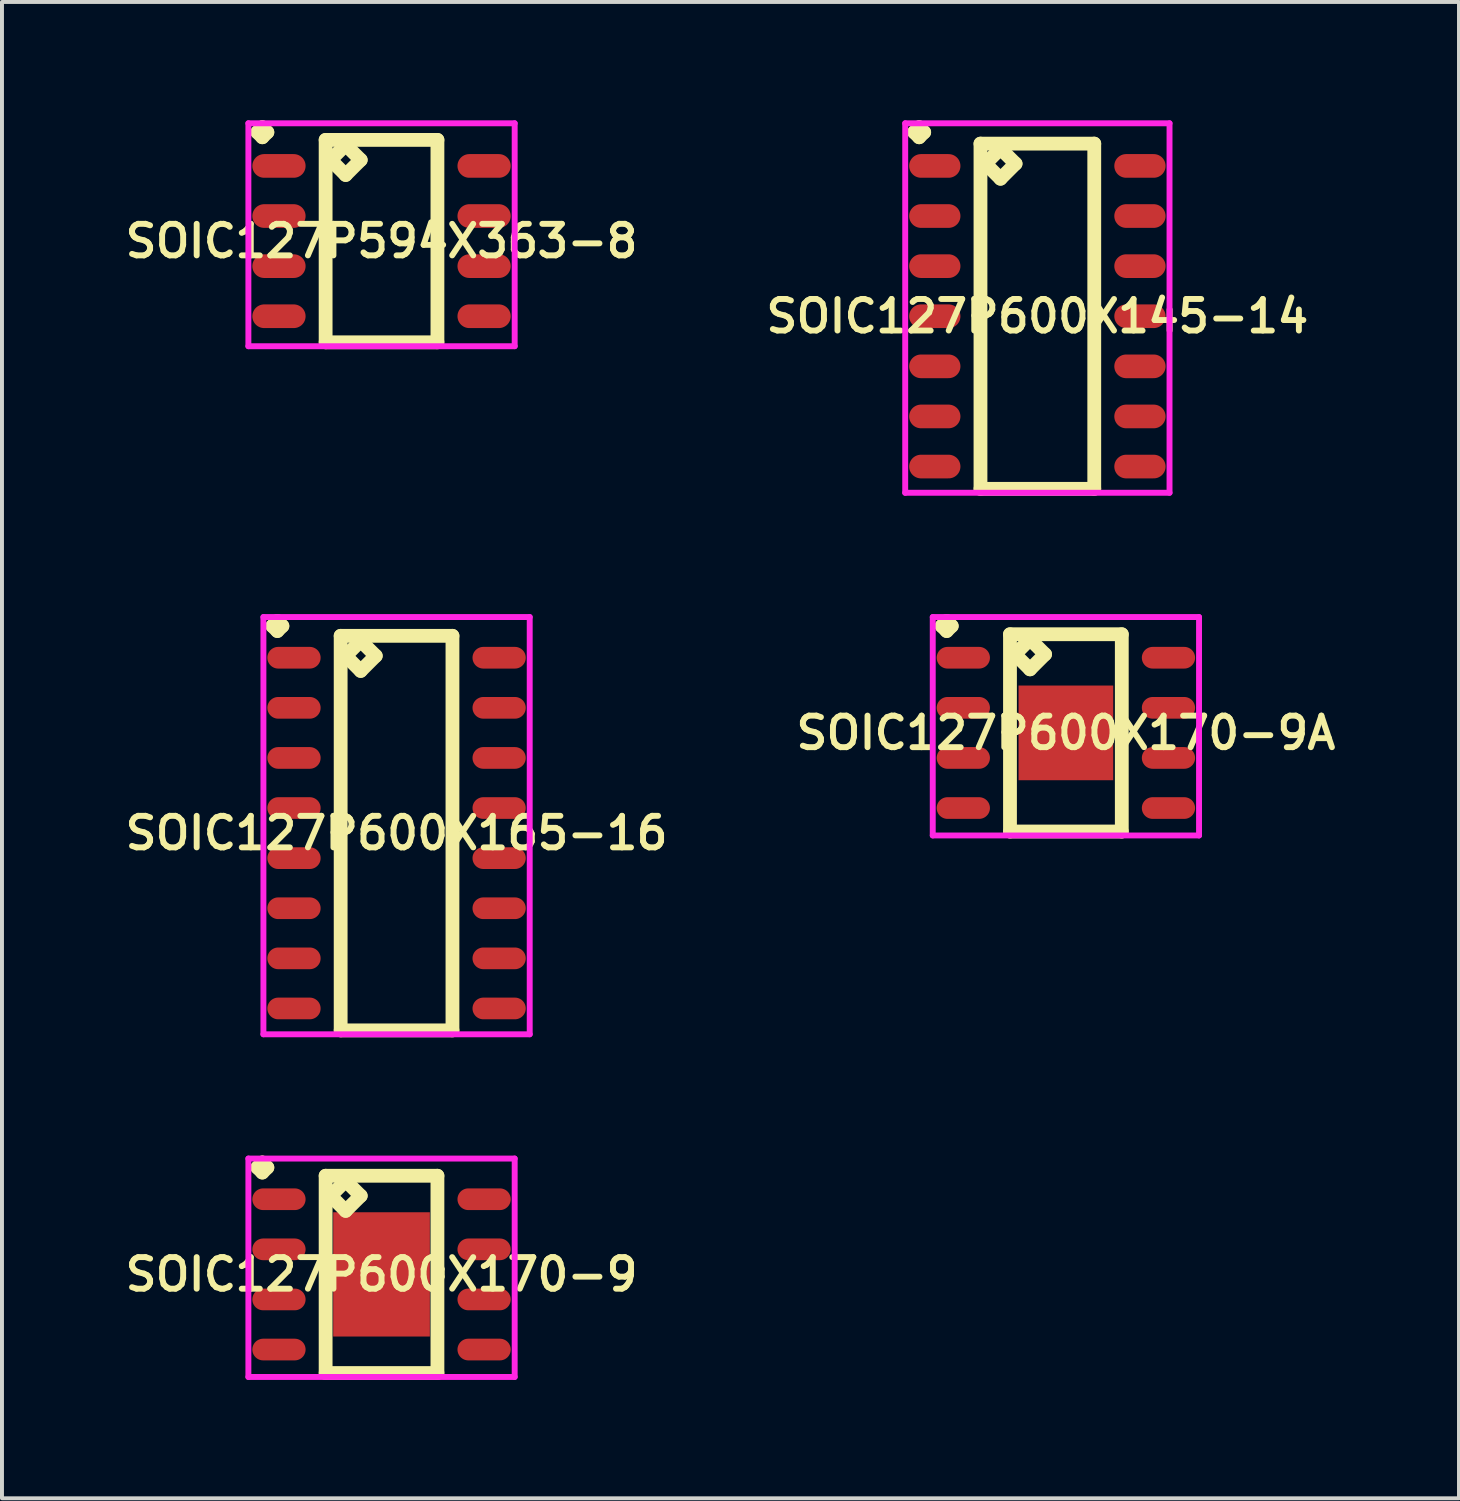
<source format=kicad_pcb>
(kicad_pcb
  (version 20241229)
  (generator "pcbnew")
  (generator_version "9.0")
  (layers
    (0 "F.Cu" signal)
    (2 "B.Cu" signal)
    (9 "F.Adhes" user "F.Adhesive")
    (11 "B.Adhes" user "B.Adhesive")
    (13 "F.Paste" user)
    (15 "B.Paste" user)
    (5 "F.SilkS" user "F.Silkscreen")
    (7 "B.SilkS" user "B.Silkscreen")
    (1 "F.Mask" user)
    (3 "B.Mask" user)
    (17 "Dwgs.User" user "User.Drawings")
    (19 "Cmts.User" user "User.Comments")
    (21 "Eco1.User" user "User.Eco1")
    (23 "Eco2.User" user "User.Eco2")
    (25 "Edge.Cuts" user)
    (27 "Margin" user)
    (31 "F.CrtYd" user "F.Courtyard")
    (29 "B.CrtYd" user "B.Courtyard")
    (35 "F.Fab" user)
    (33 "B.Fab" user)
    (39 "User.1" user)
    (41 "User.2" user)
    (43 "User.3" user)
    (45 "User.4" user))
  (footprint "SOIC127P600X170-9"
    (layer "F.Cu")
    (at 6.621 29.253)
    (property "Reference" "SOIC127P600X170-9" (at 0 0 0) (layer "F.SilkS") (effects (font (size 0.8 0.8) (thickness 0.15))))
    (attr smd)
    (fp_line (start -3.148 -2.709) (end -3.021 -2.836) (stroke (width 0.35) (type solid)) (layer "F.SilkS"))
    (fp_line (start -3.021 -2.836) (end -2.894 -2.709) (stroke (width 0.35) (type solid)) (layer "F.SilkS"))
    (fp_line (start -3.021 -2.582) (end -3.148 -2.709) (stroke (width 0.35) (type solid)) (layer "F.SilkS"))
    (fp_line (start -2.894 -2.709) (end -3.021 -2.582) (stroke (width 0.35) (type solid)) (layer "F.SilkS"))
    (fp_line (start -1.417 -2.5) (end -1.417 2.5) (stroke (width 0.35) (type solid)) (layer "F.SilkS"))
    (fp_line (start -1.417 2.5) (end 1.417 2.5) (stroke (width 0.35) (type solid)) (layer "F.SilkS"))
    (fp_line (start -1.29 -1.992) (end -0.909 -2.373) (stroke (width 0.35) (type solid)) (layer "F.SilkS"))
    (fp_line (start -0.909 -2.373) (end -0.528 -1.992) (stroke (width 0.35) (type solid)) (layer "F.SilkS"))
    (fp_line (start -0.909 -1.611) (end -1.29 -1.992) (stroke (width 0.35) (type solid)) (layer "F.SilkS"))
    (fp_line (start -0.528 -1.992) (end -0.909 -1.611) (stroke (width 0.35) (type solid)) (layer "F.SilkS"))
    (fp_line (start 1.417 -2.5) (end -1.417 -2.5) (stroke (width 0.35) (type solid)) (layer "F.SilkS"))
    (fp_line (start 1.417 2.5) (end 1.417 -2.5) (stroke (width 0.35) (type solid)) (layer "F.SilkS"))
    (fp_line (start -3.375 -2.936) (end 3.375 -2.936) (stroke (width 0.15) (type solid)) (layer "F.CrtYd"))
    (fp_line (start -3.375 2.6) (end -3.375 -2.936) (stroke (width 0.15) (type solid)) (layer "F.CrtYd"))
    (fp_line (start 3.375 -2.936) (end 3.375 2.6) (stroke (width 0.15) (type solid)) (layer "F.CrtYd"))
    (fp_line (start 3.375 2.6) (end -3.375 2.6) (stroke (width 0.15) (type solid)) (layer "F.CrtYd"))
    (pad "1" smd oval (at -2.6 -1.905) (size 1.35 0.55) (layers "F.Cu" "F.Mask" "F.Paste"))
    (pad "2" smd oval (at -2.6 -0.635) (size 1.35 0.55) (layers "F.Cu" "F.Mask" "F.Paste"))
    (pad "3" smd oval (at -2.6 0.635) (size 1.35 0.55) (layers "F.Cu" "F.Mask" "F.Paste"))
    (pad "4" smd oval (at -2.6 1.905) (size 1.35 0.55) (layers "F.Cu" "F.Mask" "F.Paste"))
    (pad "5" smd oval (at 2.6 1.905) (size 1.35 0.55) (layers "F.Cu" "F.Mask" "F.Paste"))
    (pad "6" smd oval (at 2.6 0.635) (size 1.35 0.55) (layers "F.Cu" "F.Mask" "F.Paste"))
    (pad "7" smd oval (at 2.6 -0.635) (size 1.35 0.55) (layers "F.Cu" "F.Mask" "F.Paste"))
    (pad "8" smd oval (at 2.6 -1.905) (size 1.35 0.55) (layers "F.Cu" "F.Mask" "F.Paste"))
    (pad "9" smd rect (at 0 0) (size 2.45 3.15) (layers "F.Cu" "F.Mask" "F.Paste")))
  (footprint "SOIC127P600X170-9A"
    (layer "F.Cu")
    (at 23.968 15.527)
    (property "Reference" "SOIC127P600X170-9A" (at 0 0 0) (layer "F.SilkS") (effects (font (size 0.8 0.8) (thickness 0.15))))
    (attr smd)
    (fp_line (start -3.148 -2.709) (end -3.021 -2.836) (stroke (width 0.35) (type solid)) (layer "F.SilkS"))
    (fp_line (start -3.021 -2.836) (end -2.894 -2.709) (stroke (width 0.35) (type solid)) (layer "F.SilkS"))
    (fp_line (start -3.021 -2.582) (end -3.148 -2.709) (stroke (width 0.35) (type solid)) (layer "F.SilkS"))
    (fp_line (start -2.894 -2.709) (end -3.021 -2.582) (stroke (width 0.35) (type solid)) (layer "F.SilkS"))
    (fp_line (start -1.417 -2.5) (end -1.417 2.5) (stroke (width 0.35) (type solid)) (layer "F.SilkS"))
    (fp_line (start -1.417 2.5) (end 1.417 2.5) (stroke (width 0.35) (type solid)) (layer "F.SilkS"))
    (fp_line (start -1.29 -1.992) (end -0.909 -2.373) (stroke (width 0.35) (type solid)) (layer "F.SilkS"))
    (fp_line (start -0.909 -2.373) (end -0.528 -1.992) (stroke (width 0.35) (type solid)) (layer "F.SilkS"))
    (fp_line (start -0.909 -1.611) (end -1.29 -1.992) (stroke (width 0.35) (type solid)) (layer "F.SilkS"))
    (fp_line (start -0.528 -1.992) (end -0.909 -1.611) (stroke (width 0.35) (type solid)) (layer "F.SilkS"))
    (fp_line (start 1.417 -2.5) (end -1.417 -2.5) (stroke (width 0.35) (type solid)) (layer "F.SilkS"))
    (fp_line (start 1.417 2.5) (end 1.417 -2.5) (stroke (width 0.35) (type solid)) (layer "F.SilkS"))
    (fp_line (start -3.375 -2.936) (end 3.375 -2.936) (stroke (width 0.15) (type solid)) (layer "F.CrtYd"))
    (fp_line (start -3.375 2.6) (end -3.375 -2.936) (stroke (width 0.15) (type solid)) (layer "F.CrtYd"))
    (fp_line (start 3.375 -2.936) (end 3.375 2.6) (stroke (width 0.15) (type solid)) (layer "F.CrtYd"))
    (fp_line (start 3.375 2.6) (end -3.375 2.6) (stroke (width 0.15) (type solid)) (layer "F.CrtYd"))
    (pad "1" smd oval (at -2.6 -1.905) (size 1.35 0.55) (layers "F.Cu" "F.Mask" "F.Paste"))
    (pad "2" smd oval (at -2.6 -0.635) (size 1.35 0.55) (layers "F.Cu" "F.Mask" "F.Paste"))
    (pad "3" smd oval (at -2.6 0.635) (size 1.35 0.55) (layers "F.Cu" "F.Mask" "F.Paste"))
    (pad "4" smd oval (at -2.6 1.905) (size 1.35 0.55) (layers "F.Cu" "F.Mask" "F.Paste"))
    (pad "5" smd oval (at 2.6 1.905) (size 1.35 0.55) (layers "F.Cu" "F.Mask" "F.Paste"))
    (pad "6" smd oval (at 2.6 0.635) (size 1.35 0.55) (layers "F.Cu" "F.Mask" "F.Paste"))
    (pad "7" smd oval (at 2.6 -0.635) (size 1.35 0.55) (layers "F.Cu" "F.Mask" "F.Paste"))
    (pad "8" smd oval (at 2.6 -1.905) (size 1.35 0.55) (layers "F.Cu" "F.Mask" "F.Paste"))
    (pad "9" smd rect (at 0 0) (size 2.4 2.4) (layers "F.Cu" "F.Mask" "F.Paste")))
  (footprint "SOIC127P600X165-16"
    (layer "F.Cu")
    (at 7.002 18.067)
    (property "Reference" "SOIC127P600X165-16" (at 0 0 0) (layer "F.SilkS") (effects (font (size 0.8 0.8) (thickness 0.15))))
    (attr smd)
    (fp_line (start -3.148 -5.249) (end -3.021 -5.376) (stroke (width 0.35) (type solid)) (layer "F.SilkS"))
    (fp_line (start -3.021 -5.376) (end -2.894 -5.249) (stroke (width 0.35) (type solid)) (layer "F.SilkS"))
    (fp_line (start -3.021 -5.122) (end -3.148 -5.249) (stroke (width 0.35) (type solid)) (layer "F.SilkS"))
    (fp_line (start -2.894 -5.249) (end -3.021 -5.122) (stroke (width 0.35) (type solid)) (layer "F.SilkS"))
    (fp_line (start -1.417 -5) (end -1.417 5) (stroke (width 0.35) (type solid)) (layer "F.SilkS"))
    (fp_line (start -1.417 5) (end 1.417 5) (stroke (width 0.35) (type solid)) (layer "F.SilkS"))
    (fp_line (start -1.29 -4.492) (end -0.909 -4.873) (stroke (width 0.35) (type solid)) (layer "F.SilkS"))
    (fp_line (start -0.909 -4.873) (end -0.528 -4.492) (stroke (width 0.35) (type solid)) (layer "F.SilkS"))
    (fp_line (start -0.909 -4.111) (end -1.29 -4.492) (stroke (width 0.35) (type solid)) (layer "F.SilkS"))
    (fp_line (start -0.528 -4.492) (end -0.909 -4.111) (stroke (width 0.35) (type solid)) (layer "F.SilkS"))
    (fp_line (start 1.417 -5) (end -1.417 -5) (stroke (width 0.35) (type solid)) (layer "F.SilkS"))
    (fp_line (start 1.417 5) (end 1.417 -5) (stroke (width 0.35) (type solid)) (layer "F.SilkS"))
    (fp_line (start -3.375 -5.476) (end 3.375 -5.476) (stroke (width 0.15) (type solid)) (layer "F.CrtYd"))
    (fp_line (start -3.375 5.1) (end -3.375 -5.476) (stroke (width 0.15) (type solid)) (layer "F.CrtYd"))
    (fp_line (start 3.375 -5.476) (end 3.375 5.1) (stroke (width 0.15) (type solid)) (layer "F.CrtYd"))
    (fp_line (start 3.375 5.1) (end -3.375 5.1) (stroke (width 0.15) (type solid)) (layer "F.CrtYd"))
    (pad "1" smd oval (at -2.6 -4.445) (size 1.35 0.55) (layers "F.Cu" "F.Mask" "F.Paste"))
    (pad "2" smd oval (at -2.6 -3.175) (size 1.35 0.55) (layers "F.Cu" "F.Mask" "F.Paste"))
    (pad "3" smd oval (at -2.6 -1.905) (size 1.35 0.55) (layers "F.Cu" "F.Mask" "F.Paste"))
    (pad "4" smd oval (at -2.6 -0.635) (size 1.35 0.55) (layers "F.Cu" "F.Mask" "F.Paste"))
    (pad "5" smd oval (at -2.6 0.635) (size 1.35 0.55) (layers "F.Cu" "F.Mask" "F.Paste"))
    (pad "6" smd oval (at -2.6 1.905) (size 1.35 0.55) (layers "F.Cu" "F.Mask" "F.Paste"))
    (pad "7" smd oval (at -2.6 3.175) (size 1.35 0.55) (layers "F.Cu" "F.Mask" "F.Paste"))
    (pad "8" smd oval (at -2.6 4.445) (size 1.35 0.55) (layers "F.Cu" "F.Mask" "F.Paste"))
    (pad "9" smd oval (at 2.6 4.445) (size 1.35 0.55) (layers "F.Cu" "F.Mask" "F.Paste"))
    (pad "10" smd oval (at 2.6 3.175) (size 1.35 0.55) (layers "F.Cu" "F.Mask" "F.Paste"))
    (pad "11" smd oval (at 2.6 1.905) (size 1.35 0.55) (layers "F.Cu" "F.Mask" "F.Paste"))
    (pad "12" smd oval (at 2.6 0.635) (size 1.35 0.55) (layers "F.Cu" "F.Mask" "F.Paste"))
    (pad "13" smd oval (at 2.6 -0.635) (size 1.35 0.55) (layers "F.Cu" "F.Mask" "F.Paste"))
    (pad "14" smd oval (at 2.6 -1.905) (size 1.35 0.55) (layers "F.Cu" "F.Mask" "F.Paste"))
    (pad "15" smd oval (at 2.6 -3.175) (size 1.35 0.55) (layers "F.Cu" "F.Mask" "F.Paste"))
    (pad "16" smd oval (at 2.6 -4.445) (size 1.35 0.55) (layers "F.Cu" "F.Mask" "F.Paste")))
  (footprint "SOIC127P594X363-8"
    (layer "F.Cu")
    (at 6.621 3.061)
    (property "Reference" "SOIC127P594X363-8" (at 0 0 0) (layer "F.SilkS") (effects (font (size 0.8 0.8) (thickness 0.15))))
    (attr through_hole)
    (fp_line (start -3.148 -2.759) (end -3.021 -2.886) (stroke (width 0.35) (type solid)) (layer "F.SilkS"))
    (fp_line (start -3.021 -2.886) (end -2.894 -2.759) (stroke (width 0.35) (type solid)) (layer "F.SilkS"))
    (fp_line (start -3.021 -2.632) (end -3.148 -2.759) (stroke (width 0.35) (type solid)) (layer "F.SilkS"))
    (fp_line (start -2.894 -2.759) (end -3.021 -2.632) (stroke (width 0.35) (type solid)) (layer "F.SilkS"))
    (fp_line (start -1.417 -2.565) (end -1.417 2.565) (stroke (width 0.35) (type solid)) (layer "F.SilkS"))
    (fp_line (start -1.417 2.565) (end 1.417 2.565) (stroke (width 0.35) (type solid)) (layer "F.SilkS"))
    (fp_line (start -1.29 -2.057) (end -0.909 -2.438) (stroke (width 0.35) (type solid)) (layer "F.SilkS"))
    (fp_line (start -0.909 -2.438) (end -0.528 -2.057) (stroke (width 0.35) (type solid)) (layer "F.SilkS"))
    (fp_line (start -0.909 -1.676) (end -1.29 -2.057) (stroke (width 0.35) (type solid)) (layer "F.SilkS"))
    (fp_line (start -0.528 -2.057) (end -0.909 -1.676) (stroke (width 0.35) (type solid)) (layer "F.SilkS"))
    (fp_line (start 1.417 -2.565) (end -1.417 -2.565) (stroke (width 0.35) (type solid)) (layer "F.SilkS"))
    (fp_line (start 1.417 2.565) (end 1.417 -2.565) (stroke (width 0.35) (type solid)) (layer "F.SilkS"))
    (fp_line (start -3.375 -2.986) (end 3.375 -2.986) (stroke (width 0.15) (type solid)) (layer "F.CrtYd"))
    (fp_line (start -3.375 2.665) (end -3.375 -2.986) (stroke (width 0.15) (type solid)) (layer "F.CrtYd"))
    (fp_line (start 3.375 -2.986) (end 3.375 2.665) (stroke (width 0.15) (type solid)) (layer "F.CrtYd"))
    (fp_line (start 3.375 2.665) (end -3.375 2.665) (stroke (width 0.15) (type solid)) (layer "F.CrtYd"))
    (pad "1" smd oval (at -2.6 -1.905) (size 1.35 0.6) (layers "F.Cu" "F.Mask" "F.Paste"))
    (pad "2" smd oval (at -2.6 -0.635) (size 1.35 0.6) (layers "F.Cu" "F.Mask" "F.Paste"))
    (pad "3" smd oval (at -2.6 0.635) (size 1.35 0.6) (layers "F.Cu" "F.Mask" "F.Paste"))
    (pad "4" smd oval (at -2.6 1.905) (size 1.35 0.6) (layers "F.Cu" "F.Mask" "F.Paste"))
    (pad "5" smd oval (at 2.6 1.905) (size 1.35 0.6) (layers "F.Cu" "F.Mask" "F.Paste"))
    (pad "6" smd oval (at 2.6 0.635) (size 1.35 0.6) (layers "F.Cu" "F.Mask" "F.Paste"))
    (pad "7" smd oval (at 2.6 -0.635) (size 1.35 0.6) (layers "F.Cu" "F.Mask" "F.Paste"))
    (pad "8" smd oval (at 2.6 -1.905) (size 1.35 0.6) (layers "F.Cu" "F.Mask" "F.Paste")))
  (footprint "SOIC127P600X145-14"
    (layer "F.Cu")
    (at 23.245 4.966)
    (property "Reference" "SOIC127P600X145-14" (at 0 0 0) (layer "F.SilkS") (effects (font (size 0.8 0.8) (thickness 0.15))))
    (attr through_hole)
    (fp_line (start -3.123 -4.664) (end -2.996 -4.791) (stroke (width 0.35) (type solid)) (layer "F.SilkS"))
    (fp_line (start -2.996 -4.791) (end -2.869 -4.664) (stroke (width 0.35) (type solid)) (layer "F.SilkS"))
    (fp_line (start -2.996 -4.537) (end -3.123 -4.664) (stroke (width 0.35) (type solid)) (layer "F.SilkS"))
    (fp_line (start -2.869 -4.664) (end -2.996 -4.537) (stroke (width 0.35) (type solid)) (layer "F.SilkS"))
    (fp_line (start -1.442 -4.375) (end -1.442 4.375) (stroke (width 0.35) (type solid)) (layer "F.SilkS"))
    (fp_line (start -1.442 4.375) (end 1.442 4.375) (stroke (width 0.35) (type solid)) (layer "F.SilkS"))
    (fp_line (start -1.315 -3.867) (end -0.934 -4.248) (stroke (width 0.35) (type solid)) (layer "F.SilkS"))
    (fp_line (start -0.934 -4.248) (end -0.553 -3.867) (stroke (width 0.35) (type solid)) (layer "F.SilkS"))
    (fp_line (start -0.934 -3.486) (end -1.315 -3.867) (stroke (width 0.35) (type solid)) (layer "F.SilkS"))
    (fp_line (start -0.553 -3.867) (end -0.934 -3.486) (stroke (width 0.35) (type solid)) (layer "F.SilkS"))
    (fp_line (start 1.442 -4.375) (end -1.442 -4.375) (stroke (width 0.35) (type solid)) (layer "F.SilkS"))
    (fp_line (start 1.442 4.375) (end 1.442 -4.375) (stroke (width 0.35) (type solid)) (layer "F.SilkS"))
    (fp_line (start -3.35 -4.891) (end 3.35 -4.891) (stroke (width 0.15) (type solid)) (layer "F.CrtYd"))
    (fp_line (start -3.35 4.475) (end -3.35 -4.891) (stroke (width 0.15) (type solid)) (layer "F.CrtYd"))
    (fp_line (start 3.35 -4.891) (end 3.35 4.475) (stroke (width 0.15) (type solid)) (layer "F.CrtYd"))
    (fp_line (start 3.35 4.475) (end -3.35 4.475) (stroke (width 0.15) (type solid)) (layer "F.CrtYd"))
    (pad "1" smd oval (at -2.6 -3.81) (size 1.3 0.6) (layers "F.Cu" "F.Mask" "F.Paste"))
    (pad "2" smd oval (at -2.6 -2.54) (size 1.3 0.6) (layers "F.Cu" "F.Mask" "F.Paste"))
    (pad "3" smd oval (at -2.6 -1.27) (size 1.3 0.6) (layers "F.Cu" "F.Mask" "F.Paste"))
    (pad "4" smd oval (at -2.6 0) (size 1.3 0.6) (layers "F.Cu" "F.Mask" "F.Paste"))
    (pad "5" smd oval (at -2.6 1.27) (size 1.3 0.6) (layers "F.Cu" "F.Mask" "F.Paste"))
    (pad "6" smd oval (at -2.6 2.54) (size 1.3 0.6) (layers "F.Cu" "F.Mask" "F.Paste"))
    (pad "7" smd oval (at -2.6 3.81) (size 1.3 0.6) (layers "F.Cu" "F.Mask" "F.Paste"))
    (pad "8" smd oval (at 2.6 3.81) (size 1.3 0.6) (layers "F.Cu" "F.Mask" "F.Paste"))
    (pad "9" smd oval (at 2.6 2.54) (size 1.3 0.6) (layers "F.Cu" "F.Mask" "F.Paste"))
    (pad "10" smd oval (at 2.6 1.27) (size 1.3 0.6) (layers "F.Cu" "F.Mask" "F.Paste"))
    (pad "11" smd oval (at 2.6 0) (size 1.3 0.6) (layers "F.Cu" "F.Mask" "F.Paste"))
    (pad "12" smd oval (at 2.6 -1.27) (size 1.3 0.6) (layers "F.Cu" "F.Mask" "F.Paste"))
    (pad "13" smd oval (at 2.6 -2.54) (size 1.3 0.6) (layers "F.Cu" "F.Mask" "F.Paste"))
    (pad "14" smd oval (at 2.6 -3.81) (size 1.3 0.6) (layers "F.Cu" "F.Mask" "F.Paste")))
  (gr_rect
    (start -3 -3)
    (end 33.932 34.928)
    (stroke (width 0.1) (type default))
    (fill no)
    (layer "Edge.Cuts")))
</source>
